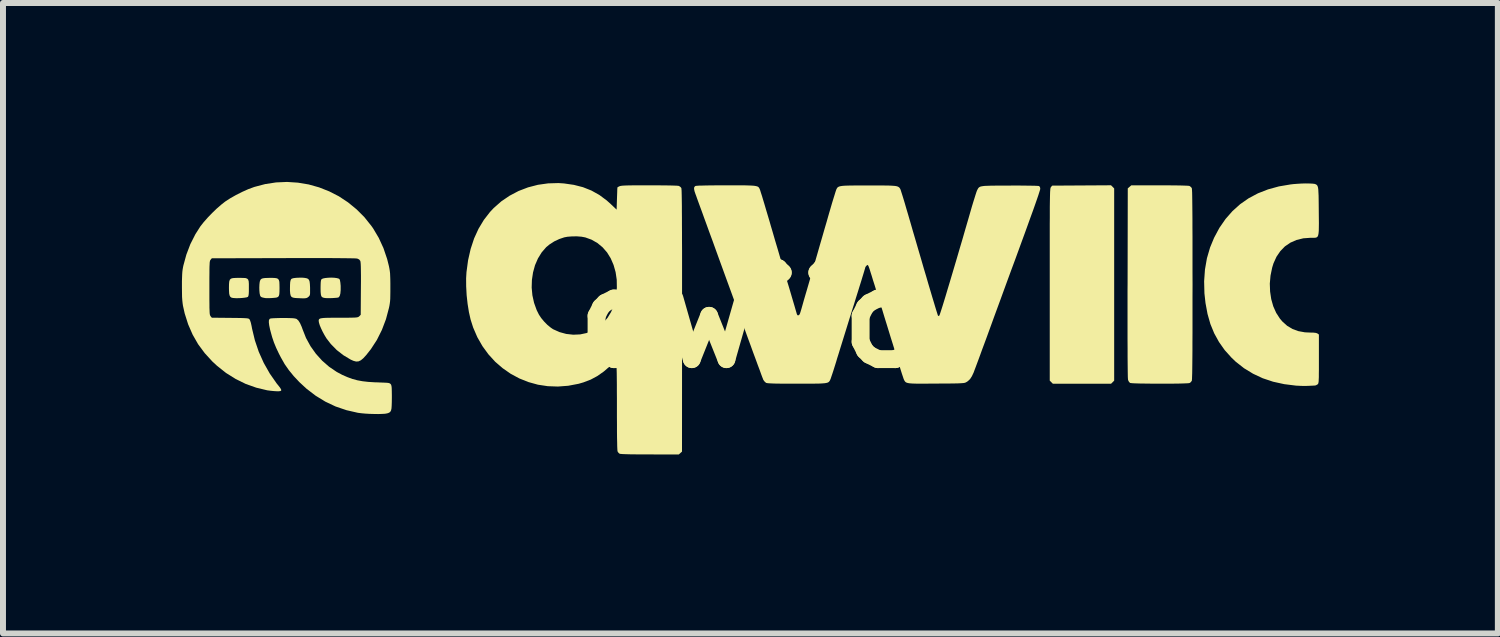
<source format=kicad_pcb>
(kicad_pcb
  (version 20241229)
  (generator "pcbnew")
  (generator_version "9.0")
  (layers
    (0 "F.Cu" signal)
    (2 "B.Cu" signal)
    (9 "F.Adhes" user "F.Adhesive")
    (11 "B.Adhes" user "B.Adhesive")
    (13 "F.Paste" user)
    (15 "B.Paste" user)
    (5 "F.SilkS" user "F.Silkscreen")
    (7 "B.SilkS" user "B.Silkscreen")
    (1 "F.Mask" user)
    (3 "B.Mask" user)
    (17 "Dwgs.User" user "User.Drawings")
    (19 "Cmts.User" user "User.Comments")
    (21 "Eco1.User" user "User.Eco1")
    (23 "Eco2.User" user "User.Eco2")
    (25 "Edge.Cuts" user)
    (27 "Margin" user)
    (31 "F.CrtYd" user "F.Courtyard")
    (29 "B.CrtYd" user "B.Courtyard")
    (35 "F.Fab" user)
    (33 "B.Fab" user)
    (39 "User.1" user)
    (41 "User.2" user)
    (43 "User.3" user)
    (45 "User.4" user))
  (footprint "qwiic"
    (layer "F.Cu")
    (at 9.527 2.281)
    (property "Reference" "qwiic" (at 0 0 0) (layer "F.SilkS") (effects (font (size 1.524 1.524) (thickness 0.3))))
    (attr board_only exclude_from_pos_files exclude_from_bom)
    (fp_poly (pts (xy 6.075 -2.199) (xy 6.101 -2.172) (xy 6.101 1.05) (xy 6.049 1.102) (xy 5.073 1.102) (xy 5.047 1.076) (xy 5.021 1.05) (xy 5.021 -0.56) (xy 5.021 -0.776) (xy 5.021 -0.971) (xy 5.021 -1.148) (xy 5.021 -1.306) (xy 5.021 -1.447) (xy 5.021 -1.572) (xy 5.022 -1.682) (xy 5.022 -1.778) (xy 5.022 -1.86) (xy 5.023 -1.931) (xy 5.024 -1.99) (xy 5.025 -2.04) (xy 5.026 -2.08) (xy 5.027 -2.112) (xy 5.029 -2.137) (xy 5.03 -2.156) (xy 5.032 -2.17) (xy 5.034 -2.18) (xy 5.036 -2.186) (xy 5.039 -2.191) (xy 5.041 -2.194) (xy 5.061 -2.219) (xy 5.555 -2.222) (xy 6.048 -2.225)) (stroke (width 0) (type solid)) (fill yes) (layer "F.SilkS"))
    (fp_poly (pts (xy -8.509 -0.672) (xy -8.464 -0.67) (xy -8.435 -0.661) (xy -8.417 -0.644) (xy -8.408 -0.615) (xy -8.405 -0.572) (xy -8.405 -0.51) (xy -8.405 -0.503) (xy -8.405 -0.445) (xy -8.407 -0.404) (xy -8.411 -0.377) (xy -8.417 -0.361) (xy -8.421 -0.355) (xy -8.439 -0.347) (xy -8.473 -0.341) (xy -8.517 -0.336) (xy -8.567 -0.333) (xy -8.617 -0.332) (xy -8.661 -0.335) (xy -8.667 -0.335) (xy -8.695 -0.341) (xy -8.714 -0.353) (xy -8.727 -0.375) (xy -8.735 -0.408) (xy -8.738 -0.458) (xy -8.739 -0.504) (xy -8.738 -0.567) (xy -8.734 -0.612) (xy -8.724 -0.642) (xy -8.705 -0.66) (xy -8.673 -0.669) (xy -8.626 -0.672) (xy -8.57 -0.673)) (stroke (width 0) (type solid)) (fill yes) (layer "F.SilkS"))
    (fp_poly (pts (xy -7.986 -0.672) (xy -7.946 -0.668) (xy -7.919 -0.658) (xy -7.903 -0.639) (xy -7.894 -0.607) (xy -7.892 -0.56) (xy -7.891 -0.503) (xy -7.892 -0.442) (xy -7.895 -0.398) (xy -7.903 -0.369) (xy -7.918 -0.352) (xy -7.944 -0.342) (xy -7.982 -0.338) (xy -8.018 -0.335) (xy -8.063 -0.333) (xy -8.103 -0.333) (xy -8.13 -0.334) (xy -8.135 -0.335) (xy -8.173 -0.343) (xy -8.196 -0.351) (xy -8.209 -0.362) (xy -8.218 -0.38) (xy -8.218 -0.383) (xy -8.225 -0.415) (xy -8.229 -0.461) (xy -8.23 -0.513) (xy -8.228 -0.563) (xy -8.223 -0.605) (xy -8.218 -0.623) (xy -8.209 -0.643) (xy -8.195 -0.656) (xy -8.172 -0.665) (xy -8.137 -0.67) (xy -8.087 -0.672) (xy -8.043 -0.673)) (stroke (width 0) (type solid)) (fill yes) (layer "F.SilkS"))
    (fp_poly (pts (xy -6.974 -0.675) (xy -6.93 -0.669) (xy -6.898 -0.66) (xy -6.887 -0.653) (xy -6.878 -0.633) (xy -6.871 -0.593) (xy -6.866 -0.538) (xy -6.866 -0.468) (xy -6.871 -0.411) (xy -6.882 -0.37) (xy -6.899 -0.347) (xy -6.904 -0.345) (xy -6.925 -0.34) (xy -6.962 -0.337) (xy -7.006 -0.334) (xy -7.053 -0.333) (xy -7.096 -0.333) (xy -7.127 -0.335) (xy -7.129 -0.335) (xy -7.157 -0.341) (xy -7.177 -0.35) (xy -7.191 -0.367) (xy -7.198 -0.395) (xy -7.202 -0.436) (xy -7.203 -0.495) (xy -7.203 -0.504) (xy -7.202 -0.563) (xy -7.2 -0.603) (xy -7.196 -0.63) (xy -7.19 -0.646) (xy -7.187 -0.65) (xy -7.164 -0.662) (xy -7.126 -0.67) (xy -7.077 -0.675) (xy -7.025 -0.677)) (stroke (width 0) (type solid)) (fill yes) (layer "F.SilkS"))
    (fp_poly (pts (xy -7.507 -0.676) (xy -7.474 -0.673) (xy -7.439 -0.667) (xy -7.414 -0.657) (xy -7.397 -0.639) (xy -7.387 -0.611) (xy -7.382 -0.568) (xy -7.379 -0.509) (xy -7.379 -0.498) (xy -7.379 -0.446) (xy -7.379 -0.412) (xy -7.382 -0.389) (xy -7.388 -0.374) (xy -7.397 -0.363) (xy -7.407 -0.354) (xy -7.426 -0.34) (xy -7.446 -0.333) (xy -7.474 -0.33) (xy -7.513 -0.33) (xy -7.559 -0.332) (xy -7.603 -0.334) (xy -7.633 -0.336) (xy -7.666 -0.342) (xy -7.69 -0.354) (xy -7.704 -0.375) (xy -7.712 -0.409) (xy -7.716 -0.46) (xy -7.716 -0.491) (xy -7.715 -0.556) (xy -7.712 -0.603) (xy -7.705 -0.634) (xy -7.695 -0.653) (xy -7.682 -0.661) (xy -7.652 -0.669) (xy -7.607 -0.674) (xy -7.557 -0.676)) (stroke (width 0) (type solid)) (fill yes) (layer "F.SilkS"))
    (fp_poly (pts (xy 6.995 -2.224) (xy 7.105 -2.223) (xy 7.196 -2.222) (xy 7.266 -2.22) (xy 7.318 -2.218) (xy 7.351 -2.216) (xy 7.365 -2.213) (xy 7.39 -2.194) (xy 7.403 -2.175) (xy 7.404 -2.164) (xy 7.406 -2.139) (xy 7.408 -2.1) (xy 7.409 -2.046) (xy 7.41 -1.976) (xy 7.411 -1.889) (xy 7.412 -1.786) (xy 7.413 -1.666) (xy 7.413 -1.528) (xy 7.414 -1.371) (xy 7.414 -1.196) (xy 7.414 -1) (xy 7.414 -0.785) (xy 7.415 -0.561) (xy 7.414 -0.326) (xy 7.414 -0.112) (xy 7.414 0.082) (xy 7.414 0.257) (xy 7.413 0.412) (xy 7.413 0.55) (xy 7.412 0.669) (xy 7.411 0.771) (xy 7.41 0.857) (xy 7.409 0.926) (xy 7.407 0.98) (xy 7.406 1.018) (xy 7.404 1.042) (xy 7.403 1.052) (xy 7.384 1.077) (xy 7.365 1.09) (xy 7.348 1.093) (xy 7.313 1.095) (xy 7.262 1.097) (xy 7.198 1.099) (xy 7.123 1.1) (xy 7.04 1.101) (xy 6.952 1.101) (xy 6.862 1.101) (xy 6.772 1.101) (xy 6.685 1.1) (xy 6.603 1.099) (xy 6.529 1.098) (xy 6.466 1.096) (xy 6.416 1.094) (xy 6.383 1.091) (xy 6.368 1.089) (xy 6.349 1.07) (xy 6.334 1.04) (xy 6.334 1.039) (xy 6.332 1.023) (xy 6.33 0.988) (xy 6.329 0.933) (xy 6.328 0.859) (xy 6.327 0.765) (xy 6.326 0.651) (xy 6.326 0.516) (xy 6.325 0.362) (xy 6.325 0.186) (xy 6.325 -0.009) (xy 6.325 -0.226) (xy 6.325 -0.463) (xy 6.326 -0.586) (xy 6.329 -2.173) (xy 6.359 -2.199) (xy 6.388 -2.224) (xy 6.864 -2.224)) (stroke (width 0) (type solid)) (fill yes) (layer "F.SilkS"))
    (fp_poly (pts (xy -7.759 0.000367) (xy -7.702 0.002) (xy -7.661 0.004) (xy -7.632 0.008) (xy -7.613 0.013) (xy -7.605 0.016) (xy -7.576 0.041) (xy -7.547 0.086) (xy -7.519 0.149) (xy -7.504 0.191) (xy -7.447 0.335) (xy -7.372 0.472) (xy -7.281 0.6) (xy -7.176 0.716) (xy -7.059 0.818) (xy -6.932 0.904) (xy -6.838 0.954) (xy -6.751 0.992) (xy -6.669 1.022) (xy -6.587 1.044) (xy -6.5 1.06) (xy -6.404 1.071) (xy -6.293 1.078) (xy -6.251 1.079) (xy -6.18 1.082) (xy -6.127 1.084) (xy -6.09 1.086) (xy -6.064 1.089) (xy -6.047 1.094) (xy -6.037 1.1) (xy -6.029 1.107) (xy -6.027 1.109) (xy -6.02 1.12) (xy -6.016 1.134) (xy -6.012 1.155) (xy -6.01 1.186) (xy -6.009 1.23) (xy -6.008 1.291) (xy -6.008 1.335) (xy -6.009 1.413) (xy -6.011 1.472) (xy -6.014 1.516) (xy -6.021 1.548) (xy -6.032 1.569) (xy -6.047 1.583) (xy -6.068 1.593) (xy -6.088 1.599) (xy -6.122 1.605) (xy -6.173 1.608) (xy -6.235 1.61) (xy -6.306 1.609) (xy -6.379 1.607) (xy -6.45 1.603) (xy -6.516 1.597) (xy -6.571 1.59) (xy -6.578 1.589) (xy -6.77 1.545) (xy -6.952 1.483) (xy -7.123 1.402) (xy -7.285 1.303) (xy -7.439 1.185) (xy -7.558 1.075) (xy -7.653 0.974) (xy -7.734 0.875) (xy -7.805 0.773) (xy -7.869 0.66) (xy -7.901 0.598) (xy -7.948 0.499) (xy -7.985 0.409) (xy -8.015 0.32) (xy -8.041 0.225) (xy -8.05 0.191) (xy -8.064 0.123) (xy -8.07 0.074) (xy -8.069 0.039) (xy -8.059 0.018) (xy -8.051 0.011) (xy -8.033 0.007) (xy -7.997 0.004) (xy -7.946 0.002) (xy -7.883 0.000293) (xy -7.833 0)) (stroke (width 0) (type solid)) (fill yes) (layer "F.SilkS"))
    (fp_poly (pts (xy 9.369 -2.255) (xy 9.42 -2.253) (xy 9.457 -2.249) (xy 9.472 -2.245) (xy 9.486 -2.238) (xy 9.497 -2.231) (xy 9.506 -2.22) (xy 9.513 -2.205) (xy 9.519 -2.182) (xy 9.523 -2.151) (xy 9.525 -2.108) (xy 9.528 -2.053) (xy 9.529 -1.982) (xy 9.53 -1.895) (xy 9.531 -1.788) (xy 9.531 -1.785) (xy 9.532 -1.677) (xy 9.533 -1.588) (xy 9.532 -1.516) (xy 9.531 -1.46) (xy 9.527 -1.418) (xy 9.521 -1.387) (xy 9.512 -1.366) (xy 9.499 -1.354) (xy 9.482 -1.347) (xy 9.46 -1.345) (xy 9.433 -1.345) (xy 9.4 -1.345) (xy 9.397 -1.345) (xy 9.272 -1.336) (xy 9.158 -1.308) (xy 9.055 -1.263) (xy 8.964 -1.201) (xy 8.887 -1.122) (xy 8.822 -1.027) (xy 8.772 -0.917) (xy 8.75 -0.846) (xy 8.722 -0.711) (xy 8.71 -0.576) (xy 8.715 -0.443) (xy 8.734 -0.316) (xy 8.768 -0.196) (xy 8.817 -0.086) (xy 8.88 0.011) (xy 8.921 0.059) (xy 9.001 0.131) (xy 9.09 0.184) (xy 9.188 0.22) (xy 9.298 0.24) (xy 9.384 0.244) (xy 9.439 0.245) (xy 9.477 0.249) (xy 9.502 0.256) (xy 9.509 0.26) (xy 9.533 0.277) (xy 9.533 0.684) (xy 9.533 0.787) (xy 9.533 0.872) (xy 9.532 0.94) (xy 9.532 0.992) (xy 9.53 1.032) (xy 9.529 1.061) (xy 9.526 1.081) (xy 9.523 1.095) (xy 9.519 1.104) (xy 9.514 1.11) (xy 9.512 1.112) (xy 9.482 1.129) (xy 9.455 1.133) (xy 9.426 1.134) (xy 9.386 1.136) (xy 9.341 1.138) (xy 9.341 1.138) (xy 9.295 1.139) (xy 9.237 1.138) (xy 9.177 1.135) (xy 9.152 1.134) (xy 8.952 1.109) (xy 8.765 1.068) (xy 8.591 1.01) (xy 8.429 0.934) (xy 8.278 0.842) (xy 8.138 0.732) (xy 8.066 0.663) (xy 7.953 0.537) (xy 7.858 0.402) (xy 7.778 0.257) (xy 7.714 0.101) (xy 7.666 -0.068) (xy 7.632 -0.251) (xy 7.614 -0.414) (xy 7.609 -0.616) (xy 7.623 -0.813) (xy 7.656 -1.002) (xy 7.709 -1.183) (xy 7.776 -1.345) (xy 7.865 -1.511) (xy 7.968 -1.66) (xy 8.084 -1.792) (xy 8.213 -1.908) (xy 8.355 -2.007) (xy 8.511 -2.09) (xy 8.68 -2.156) (xy 8.862 -2.206) (xy 9.057 -2.239) (xy 9.108 -2.245) (xy 9.174 -2.25) (xy 9.242 -2.254) (xy 9.308 -2.256)) (stroke (width 0) (type solid)) (fill yes) (layer "F.SilkS"))
    (fp_poly (pts (xy -3.123 -2.256) (xy -2.957 -2.232) (xy -2.804 -2.193) (xy -2.663 -2.137) (xy -2.53 -2.063) (xy -2.406 -1.971) (xy -2.336 -1.908) (xy -2.24 -1.817) (xy -2.234 -2.002) (xy -2.232 -2.062) (xy -2.23 -2.114) (xy -2.229 -2.155) (xy -2.227 -2.182) (xy -2.226 -2.19) (xy -2.217 -2.196) (xy -2.196 -2.207) (xy -2.193 -2.208) (xy -2.183 -2.212) (xy -2.168 -2.215) (xy -2.146 -2.218) (xy -2.115 -2.22) (xy -2.074 -2.222) (xy -2.02 -2.223) (xy -1.952 -2.224) (xy -1.868 -2.224) (xy -1.766 -2.224) (xy -1.69 -2.224) (xy -1.557 -2.224) (xy -1.444 -2.223) (xy -1.352 -2.222) (xy -1.281 -2.22) (xy -1.231 -2.218) (xy -1.201 -2.215) (xy -1.194 -2.213) (xy -1.169 -2.196) (xy -1.156 -2.18) (xy -1.154 -2.174) (xy -1.153 -2.16) (xy -1.151 -2.138) (xy -1.15 -2.106) (xy -1.149 -2.065) (xy -1.148 -2.013) (xy -1.147 -1.95) (xy -1.146 -1.875) (xy -1.146 -1.786) (xy -1.145 -1.685) (xy -1.145 -1.569) (xy -1.144 -1.437) (xy -1.144 -1.291) (xy -1.143 -1.127) (xy -1.143 -0.946) (xy -1.143 -0.748) (xy -1.143 -0.53) (xy -1.143 -0.293) (xy -1.143 -0.036) (xy -1.143 0.041) (xy -1.144 2.24) (xy -1.171 2.264) (xy -1.198 2.288) (xy -1.682 2.287) (xy -1.809 2.287) (xy -1.919 2.286) (xy -2.011 2.285) (xy -2.085 2.283) (xy -2.14 2.281) (xy -2.175 2.278) (xy -2.189 2.276) (xy -2.211 2.257) (xy -2.223 2.239) (xy -2.226 2.225) (xy -2.228 2.196) (xy -2.23 2.15) (xy -2.231 2.087) (xy -2.233 2.006) (xy -2.234 1.907) (xy -2.234 1.789) (xy -2.235 1.651) (xy -2.235 1.493) (xy -2.235 1.48) (xy -2.235 1.349) (xy -2.236 1.227) (xy -2.236 1.115) (xy -2.237 1.014) (xy -2.238 0.926) (xy -2.24 0.852) (xy -2.241 0.795) (xy -2.243 0.755) (xy -2.244 0.734) (xy -2.245 0.732) (xy -2.252 0.728) (xy -2.266 0.734) (xy -2.289 0.751) (xy -2.323 0.781) (xy -2.347 0.804) (xy -2.455 0.897) (xy -2.563 0.973) (xy -2.675 1.033) (xy -2.796 1.079) (xy -2.878 1.103) (xy -3.052 1.136) (xy -3.224 1.149) (xy -3.394 1.143) (xy -3.559 1.118) (xy -3.718 1.074) (xy -3.871 1.013) (xy -4.016 0.935) (xy -4.151 0.841) (xy -4.276 0.733) (xy -4.389 0.609) (xy -4.489 0.472) (xy -4.575 0.322) (xy -4.645 0.16) (xy -4.688 0.025) (xy -4.716 -0.099) (xy -4.738 -0.236) (xy -4.754 -0.38) (xy -4.761 -0.51) (xy -3.664 -0.51) (xy -3.652 -0.381) (xy -3.624 -0.254) (xy -3.58 -0.132) (xy -3.542 -0.056) (xy -3.504 0.001) (xy -3.454 0.061) (xy -3.399 0.117) (xy -3.342 0.163) (xy -3.305 0.188) (xy -3.198 0.236) (xy -3.085 0.267) (xy -2.967 0.28) (xy -2.851 0.275) (xy -2.743 0.252) (xy -2.651 0.217) (xy -2.57 0.171) (xy -2.494 0.11) (xy -2.468 0.085) (xy -2.392 -0.003) (xy -2.333 -0.1) (xy -2.288 -0.209) (xy -2.256 -0.332) (xy -2.251 -0.365) (xy -2.236 -0.506) (xy -2.238 -0.641) (xy -2.257 -0.769) (xy -2.291 -0.889) (xy -2.339 -1) (xy -2.4 -1.099) (xy -2.475 -1.185) (xy -2.562 -1.257) (xy -2.66 -1.313) (xy -2.765 -1.351) (xy -2.829 -1.363) (xy -2.906 -1.369) (xy -2.988 -1.368) (xy -3.065 -1.362) (xy -3.118 -1.352) (xy -3.201 -1.324) (xy -3.286 -1.284) (xy -3.364 -1.234) (xy -3.42 -1.188) (xy -3.497 -1.099) (xy -3.559 -0.998) (xy -3.608 -0.885) (xy -3.641 -0.765) (xy -3.66 -0.639) (xy -3.664 -0.51) (xy -4.761 -0.51) (xy -4.762 -0.525) (xy -4.763 -0.664) (xy -4.757 -0.768) (xy -4.73 -0.969) (xy -4.687 -1.158) (xy -4.629 -1.334) (xy -4.555 -1.496) (xy -4.466 -1.644) (xy -4.362 -1.778) (xy -4.301 -1.843) (xy -4.174 -1.955) (xy -4.034 -2.05) (xy -3.884 -2.129) (xy -3.725 -2.19) (xy -3.559 -2.233) (xy -3.388 -2.257) (xy -3.215 -2.262)) (stroke (width 0) (type solid)) (fill yes) (layer "F.SilkS"))
    (fp_poly (pts (xy -7.583 -2.269) (xy -7.403 -2.239) (xy -7.228 -2.19) (xy -7.058 -2.123) (xy -6.896 -2.04) (xy -6.743 -1.939) (xy -6.6 -1.822) (xy -6.468 -1.69) (xy -6.35 -1.542) (xy -6.323 -1.504) (xy -6.228 -1.344) (xy -6.149 -1.172) (xy -6.087 -0.989) (xy -6.057 -0.869) (xy -6.049 -0.828) (xy -6.043 -0.791) (xy -6.038 -0.751) (xy -6.036 -0.706) (xy -6.034 -0.651) (xy -6.033 -0.582) (xy -6.033 -0.519) (xy -6.033 -0.438) (xy -6.034 -0.373) (xy -6.035 -0.322) (xy -6.038 -0.279) (xy -6.043 -0.241) (xy -6.049 -0.204) (xy -6.057 -0.167) (xy -6.107 0.021) (xy -6.175 0.2) (xy -6.259 0.368) (xy -6.36 0.523) (xy -6.439 0.623) (xy -6.487 0.675) (xy -6.528 0.709) (xy -6.567 0.727) (xy -6.607 0.73) (xy -6.652 0.718) (xy -6.697 0.698) (xy -6.819 0.625) (xy -6.932 0.537) (xy -7.031 0.436) (xy -7.105 0.34) (xy -7.137 0.287) (xy -7.168 0.23) (xy -7.195 0.173) (xy -7.217 0.121) (xy -7.23 0.077) (xy -7.234 0.052) (xy -7.234 0.036) (xy -7.23 0.024) (xy -7.222 0.015) (xy -7.207 0.008) (xy -7.183 0.003) (xy -7.147 -0.001) (xy -7.098 -0.003) (xy -7.033 -0.004) (xy -6.951 -0.004) (xy -6.89 -0.005) (xy -6.8 -0.005) (xy -6.73 -0.005) (xy -6.676 -0.006) (xy -6.635 -0.007) (xy -6.606 -0.009) (xy -6.587 -0.012) (xy -6.573 -0.016) (xy -6.564 -0.021) (xy -6.557 -0.027) (xy -6.554 -0.029) (xy -6.53 -0.054) (xy -6.527 -0.49) (xy -6.526 -0.611) (xy -6.526 -0.712) (xy -6.527 -0.794) (xy -6.528 -0.858) (xy -6.53 -0.906) (xy -6.533 -0.937) (xy -6.536 -0.955) (xy -6.536 -0.956) (xy -6.557 -0.982) (xy -6.587 -0.996) (xy -6.603 -0.998) (xy -6.639 -1) (xy -6.693 -1.001) (xy -6.767 -1.002) (xy -6.861 -1.003) (xy -6.974 -1.004) (xy -7.107 -1.005) (xy -7.261 -1.005) (xy -7.435 -1.005) (xy -7.629 -1.005) (xy -7.826 -1.004) (xy -9.026 -1.001) (xy -9.047 -0.976) (xy -9.052 -0.969) (xy -9.056 -0.96) (xy -9.059 -0.947) (xy -9.062 -0.928) (xy -9.063 -0.901) (xy -9.065 -0.864) (xy -9.066 -0.815) (xy -9.066 -0.753) (xy -9.067 -0.674) (xy -9.067 -0.578) (xy -9.067 -0.503) (xy -9.067 -0.394) (xy -9.067 -0.304) (xy -9.066 -0.231) (xy -9.066 -0.173) (xy -9.064 -0.128) (xy -9.063 -0.095) (xy -9.061 -0.071) (xy -9.058 -0.054) (xy -9.054 -0.043) (xy -9.05 -0.035) (xy -9.047 -0.03) (xy -9.026 -0.005) (xy -8.721 -0.002) (xy -8.632 -0.001) (xy -8.562 -0.000259) (xy -8.508 0.001) (xy -8.468 0.003) (xy -8.439 0.005) (xy -8.42 0.008) (xy -8.407 0.012) (xy -8.399 0.017) (xy -8.396 0.02) (xy -8.385 0.04) (xy -8.372 0.079) (xy -8.359 0.137) (xy -8.351 0.18) (xy -8.304 0.375) (xy -8.239 0.567) (xy -8.155 0.754) (xy -8.054 0.932) (xy -7.939 1.097) (xy -7.916 1.125) (xy -7.883 1.167) (xy -7.865 1.196) (xy -7.862 1.214) (xy -7.874 1.224) (xy -7.902 1.228) (xy -7.936 1.228) (xy -7.987 1.225) (xy -8.046 1.219) (xy -8.098 1.212) (xy -8.281 1.168) (xy -8.458 1.105) (xy -8.627 1.022) (xy -8.788 0.921) (xy -8.939 0.801) (xy -9.015 0.731) (xy -9.145 0.589) (xy -9.256 0.439) (xy -9.348 0.278) (xy -9.423 0.106) (xy -9.481 -0.077) (xy -9.51 -0.207) (xy -9.516 -0.249) (xy -9.521 -0.296) (xy -9.525 -0.353) (xy -9.526 -0.421) (xy -9.527 -0.506) (xy -9.527 -0.535) (xy -9.527 -0.617) (xy -9.525 -0.681) (xy -9.523 -0.733) (xy -9.52 -0.777) (xy -9.515 -0.816) (xy -9.508 -0.855) (xy -9.503 -0.879) (xy -9.453 -1.062) (xy -9.386 -1.238) (xy -9.302 -1.404) (xy -9.218 -1.536) (xy -9.163 -1.606) (xy -9.096 -1.682) (xy -9.021 -1.76) (xy -8.943 -1.835) (xy -8.867 -1.901) (xy -8.802 -1.952) (xy -8.719 -2.006) (xy -8.622 -2.061) (xy -8.519 -2.113) (xy -8.417 -2.159) (xy -8.322 -2.194) (xy -8.314 -2.197) (xy -8.132 -2.245) (xy -7.949 -2.273) (xy -7.765 -2.281)) (stroke (width 0) (type solid)) (fill yes) (layer "F.SilkS"))
    (fp_poly (pts (xy -0.282 -2.224) (xy -0.181 -2.224) (xy -0.098 -2.224) (xy -0.031 -2.222) (xy 0.022 -2.22) (xy 0.063 -2.217) (xy 0.094 -2.212) (xy 0.117 -2.206) (xy 0.132 -2.199) (xy 0.143 -2.189) (xy 0.151 -2.177) (xy 0.158 -2.162) (xy 0.162 -2.154) (xy 0.168 -2.136) (xy 0.179 -2.1) (xy 0.196 -2.048) (xy 0.216 -1.981) (xy 0.24 -1.902) (xy 0.266 -1.813) (xy 0.295 -1.716) (xy 0.326 -1.612) (xy 0.343 -1.552) (xy 0.38 -1.427) (xy 0.419 -1.292) (xy 0.461 -1.152) (xy 0.502 -1.011) (xy 0.543 -0.873) (xy 0.581 -0.743) (xy 0.616 -0.625) (xy 0.642 -0.54) (xy 0.67 -0.446) (xy 0.696 -0.357) (xy 0.72 -0.276) (xy 0.741 -0.205) (xy 0.758 -0.146) (xy 0.771 -0.102) (xy 0.779 -0.074) (xy 0.781 -0.066) (xy 0.792 -0.046) (xy 0.81 -0.045) (xy 0.824 -0.056) (xy 0.833 -0.073) (xy 0.843 -0.103) (xy 0.847 -0.117) (xy 0.853 -0.136) (xy 0.864 -0.174) (xy 0.879 -0.227) (xy 0.898 -0.295) (xy 0.921 -0.374) (xy 0.947 -0.462) (xy 0.975 -0.558) (xy 1.004 -0.658) (xy 1.007 -0.667) (xy 1.042 -0.79) (xy 1.082 -0.926) (xy 1.124 -1.071) (xy 1.166 -1.218) (xy 1.208 -1.362) (xy 1.247 -1.498) (xy 1.283 -1.62) (xy 1.291 -1.649) (xy 1.319 -1.747) (xy 1.346 -1.839) (xy 1.371 -1.925) (xy 1.394 -2) (xy 1.414 -2.064) (xy 1.429 -2.113) (xy 1.44 -2.146) (xy 1.446 -2.161) (xy 1.454 -2.175) (xy 1.462 -2.187) (xy 1.474 -2.196) (xy 1.49 -2.204) (xy 1.513 -2.21) (xy 1.545 -2.215) (xy 1.587 -2.218) (xy 1.641 -2.22) (xy 1.709 -2.221) (xy 1.794 -2.222) (xy 1.896 -2.222) (xy 1.981 -2.222) (xy 2.097 -2.222) (xy 2.194 -2.222) (xy 2.273 -2.221) (xy 2.337 -2.22) (xy 2.388 -2.217) (xy 2.427 -2.214) (xy 2.455 -2.209) (xy 2.476 -2.202) (xy 2.491 -2.193) (xy 2.502 -2.183) (xy 2.511 -2.17) (xy 2.517 -2.159) (xy 2.523 -2.143) (xy 2.534 -2.108) (xy 2.55 -2.058) (xy 2.57 -1.993) (xy 2.593 -1.917) (xy 2.618 -1.83) (xy 2.646 -1.736) (xy 2.675 -1.636) (xy 2.679 -1.623) (xy 2.727 -1.456) (xy 2.775 -1.293) (xy 2.821 -1.135) (xy 2.866 -0.982) (xy 2.908 -0.836) (xy 2.949 -0.699) (xy 2.986 -0.571) (xy 3.021 -0.454) (xy 3.052 -0.349) (xy 3.08 -0.257) (xy 3.103 -0.18) (xy 3.122 -0.118) (xy 3.136 -0.074) (xy 3.144 -0.048) (xy 3.147 -0.041) (xy 3.157 -0.032) (xy 3.169 -0.041) (xy 3.171 -0.042) (xy 3.176 -0.055) (xy 3.187 -0.087) (xy 3.203 -0.136) (xy 3.224 -0.202) (xy 3.249 -0.283) (xy 3.278 -0.378) (xy 3.31 -0.486) (xy 3.346 -0.605) (xy 3.384 -0.733) (xy 3.425 -0.871) (xy 3.468 -1.016) (xy 3.512 -1.167) (xy 3.558 -1.322) (xy 3.604 -1.482) (xy 3.651 -1.643) (xy 3.692 -1.785) (xy 3.715 -1.865) (xy 3.738 -1.941) (xy 3.759 -2.008) (xy 3.777 -2.066) (xy 3.791 -2.109) (xy 3.801 -2.136) (xy 3.804 -2.142) (xy 3.813 -2.16) (xy 3.821 -2.174) (xy 3.831 -2.186) (xy 3.844 -2.196) (xy 3.863 -2.204) (xy 3.888 -2.209) (xy 3.923 -2.214) (xy 3.968 -2.216) (xy 4.027 -2.218) (xy 4.099 -2.219) (xy 4.189 -2.22) (xy 4.297 -2.22) (xy 4.353 -2.22) (xy 4.456 -2.221) (xy 4.551 -2.22) (xy 4.637 -2.219) (xy 4.71 -2.218) (xy 4.769 -2.217) (xy 4.813 -2.215) (xy 4.838 -2.213) (xy 4.843 -2.212) (xy 4.858 -2.192) (xy 4.862 -2.165) (xy 4.858 -2.148) (xy 4.847 -2.113) (xy 4.83 -2.059) (xy 4.806 -1.989) (xy 4.776 -1.903) (xy 4.74 -1.801) (xy 4.698 -1.686) (xy 4.652 -1.558) (xy 4.601 -1.417) (xy 4.55 -1.278) (xy 4.496 -1.13) (xy 4.438 -0.971) (xy 4.377 -0.807) (xy 4.316 -0.641) (xy 4.255 -0.474) (xy 4.196 -0.312) (xy 4.139 -0.157) (xy 4.086 -0.013) (xy 4.039 0.117) (xy 4.005 0.21) (xy 3.964 0.323) (xy 3.924 0.431) (xy 3.886 0.533) (xy 3.852 0.627) (xy 3.821 0.711) (xy 3.794 0.783) (xy 3.772 0.842) (xy 3.756 0.884) (xy 3.747 0.909) (xy 3.746 0.912) (xy 3.716 0.976) (xy 3.685 1.024) (xy 3.649 1.058) (xy 3.628 1.072) (xy 3.617 1.078) (xy 3.607 1.083) (xy 3.594 1.087) (xy 3.577 1.09) (xy 3.553 1.092) (xy 3.522 1.094) (xy 3.48 1.096) (xy 3.426 1.097) (xy 3.357 1.098) (xy 3.273 1.098) (xy 3.169 1.099) (xy 3.123 1.1) (xy 3.006 1.1) (xy 2.908 1.101) (xy 2.828 1.101) (xy 2.763 1.1) (xy 2.712 1.098) (xy 2.673 1.095) (xy 2.643 1.09) (xy 2.622 1.084) (xy 2.607 1.076) (xy 2.596 1.066) (xy 2.587 1.053) (xy 2.579 1.038) (xy 2.579 1.038) (xy 2.571 1.019) (xy 2.559 0.983) (xy 2.542 0.933) (xy 2.523 0.872) (xy 2.502 0.805) (xy 2.488 0.76) (xy 2.469 0.695) (xy 2.445 0.618) (xy 2.418 0.529) (xy 2.388 0.431) (xy 2.355 0.326) (xy 2.321 0.215) (xy 2.286 0.101) (xy 2.25 -0.015) (xy 2.215 -0.131) (xy 2.18 -0.244) (xy 2.146 -0.353) (xy 2.114 -0.456) (xy 2.085 -0.551) (xy 2.058 -0.635) (xy 2.036 -0.708) (xy 2.017 -0.767) (xy 2.004 -0.81) (xy 1.995 -0.836) (xy 1.994 -0.839) (xy 1.983 -0.868) (xy 1.973 -0.886) (xy 1.969 -0.89) (xy 1.954 -0.882) (xy 1.938 -0.865) (xy 1.928 -0.848) (xy 1.928 -0.845) (xy 1.925 -0.833) (xy 1.916 -0.803) (xy 1.902 -0.756) (xy 1.883 -0.694) (xy 1.86 -0.618) (xy 1.833 -0.532) (xy 1.803 -0.435) (xy 1.77 -0.33) (xy 1.736 -0.219) (xy 1.727 -0.192) (xy 1.689 -0.07) (xy 1.65 0.055) (xy 1.612 0.178) (xy 1.575 0.297) (xy 1.54 0.41) (xy 1.508 0.513) (xy 1.48 0.604) (xy 1.456 0.68) (xy 1.442 0.728) (xy 1.419 0.802) (xy 1.397 0.872) (xy 1.377 0.933) (xy 1.36 0.983) (xy 1.348 1.019) (xy 1.34 1.037) (xy 1.333 1.052) (xy 1.324 1.064) (xy 1.314 1.074) (xy 1.3 1.082) (xy 1.279 1.088) (xy 1.251 1.093) (xy 1.214 1.096) (xy 1.165 1.099) (xy 1.102 1.1) (xy 1.025 1.101) (xy 0.931 1.101) (xy 0.818 1.101) (xy 0.776 1.101) (xy 0.658 1.101) (xy 0.559 1.101) (xy 0.478 1.1) (xy 0.412 1.099) (xy 0.361 1.097) (xy 0.323 1.095) (xy 0.295 1.093) (xy 0.277 1.09) (xy 0.265 1.087) (xy 0.264 1.086) (xy 0.241 1.066) (xy 0.22 1.038) (xy 0.219 1.036) (xy 0.214 1.022) (xy 0.201 0.99) (xy 0.182 0.939) (xy 0.158 0.872) (xy 0.127 0.79) (xy 0.092 0.694) (xy 0.051 0.584) (xy 0.007 0.462) (xy -0.042 0.329) (xy -0.094 0.186) (xy -0.149 0.035) (xy -0.207 -0.124) (xy -0.267 -0.289) (xy -0.329 -0.46) (xy -0.343 -0.498) (xy -0.406 -0.67) (xy -0.467 -0.838) (xy -0.526 -1) (xy -0.582 -1.155) (xy -0.635 -1.302) (xy -0.686 -1.44) (xy -0.732 -1.567) (xy -0.774 -1.682) (xy -0.811 -1.785) (xy -0.844 -1.874) (xy -0.871 -1.948) (xy -0.892 -2.006) (xy -0.906 -2.046) (xy -0.914 -2.068) (xy -0.915 -2.069) (xy -0.934 -2.125) (xy -0.942 -2.165) (xy -0.939 -2.193) (xy -0.925 -2.209) (xy -0.916 -2.214) (xy -0.899 -2.216) (xy -0.862 -2.219) (xy -0.808 -2.22) (xy -0.737 -2.222) (xy -0.651 -2.223) (xy -0.553 -2.224) (xy -0.443 -2.224) (xy -0.401 -2.224)) (stroke (width 0) (type solid)) (fill yes) (layer "F.SilkS")))
  (gr_rect
    (start -3 -3)
    (end 22.06 7.569)
    (stroke (width 0.1) (type default))
    (fill no)
    (layer "Edge.Cuts")))
</source>
